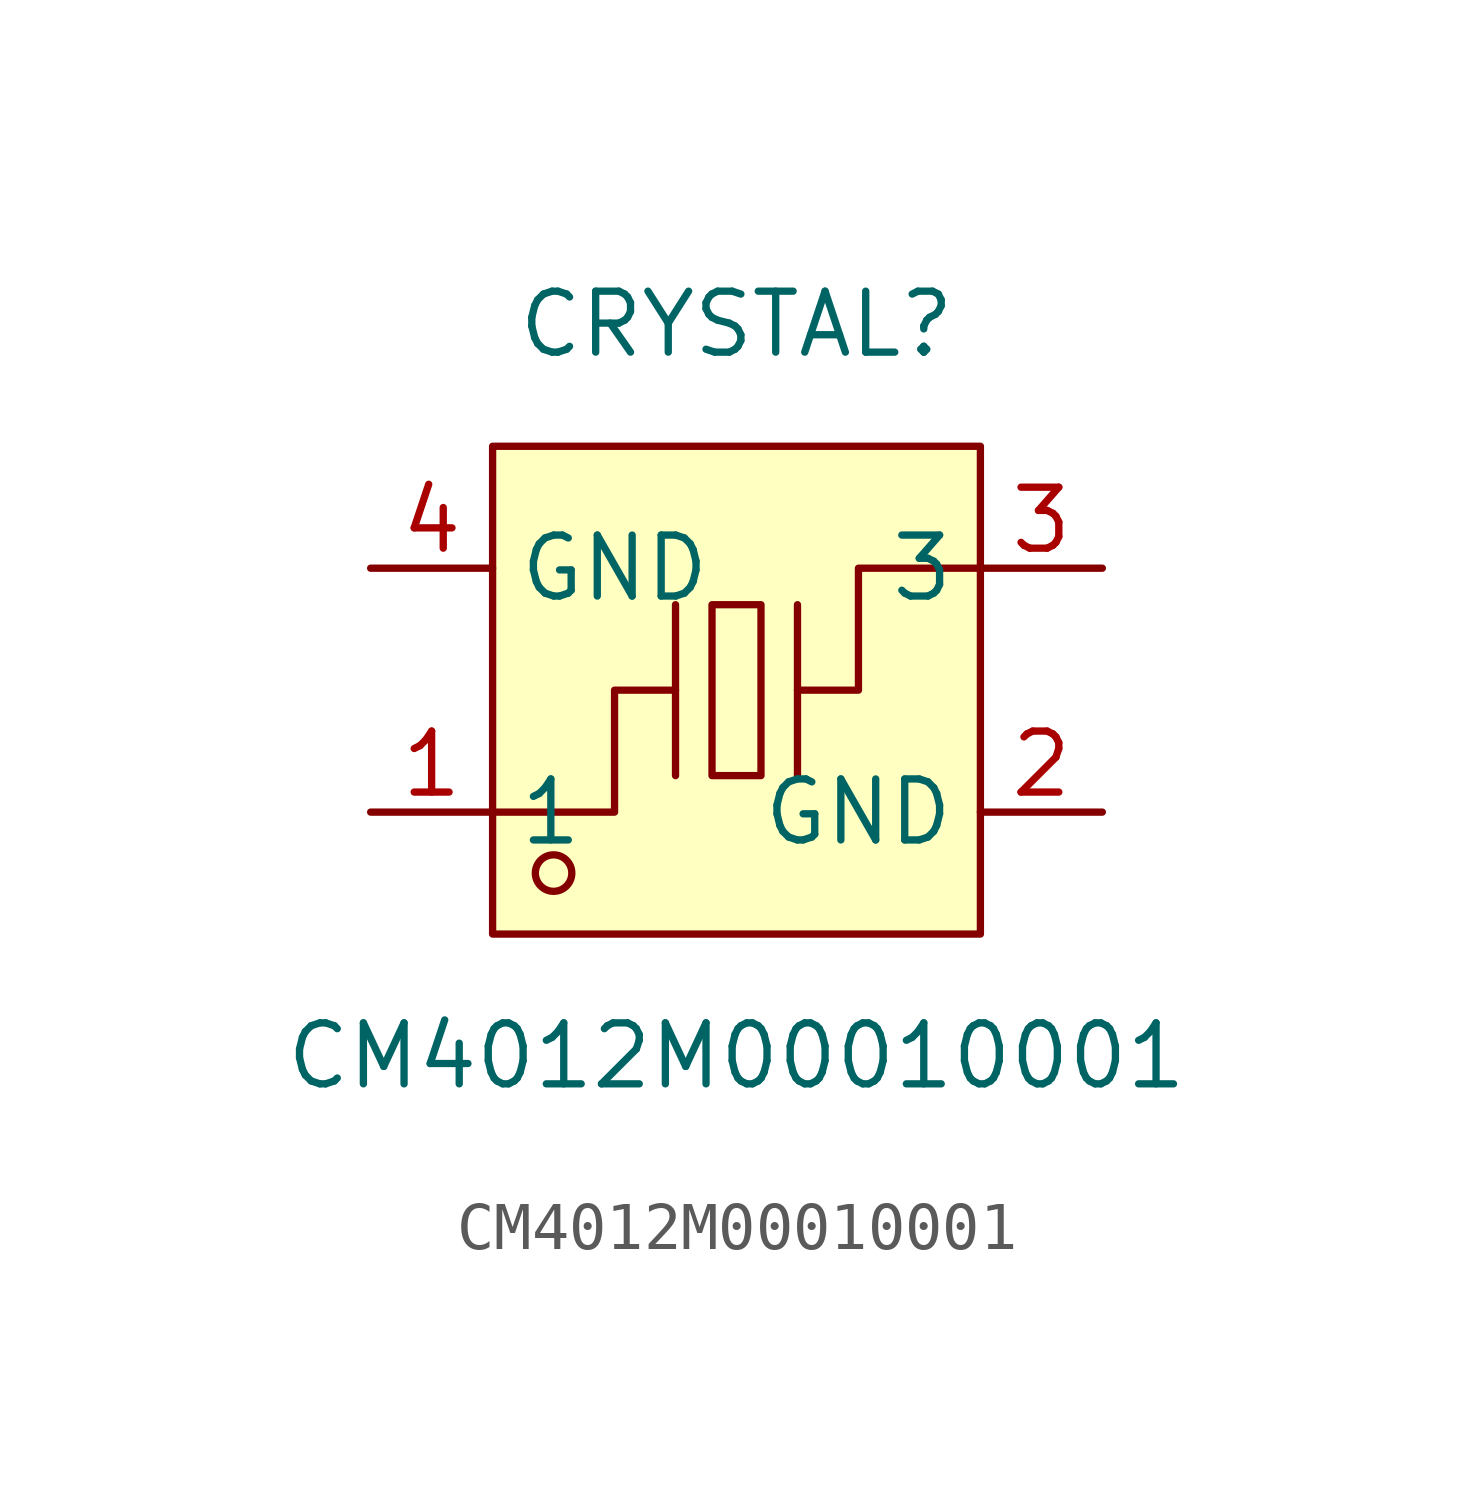
<source format=kicad_sym>
(kicad_symbol_lib
  (version 20211014)
  (generator https://github.com/uPesy/easyeda2kicad.py)
  (symbol "CM4012M00010001"
    (property "Reference" "CRYSTAL"
      (at 0 7.62 0)
      (effects (font (size 1.27 1.27))))
    (property "Value" "CM4012M00010001"
      (at 0 -7.62 0)
      (effects (font (size 1.27 1.27))))
    (symbol "CM4012M00010001_0_1"
      (rectangle (start -5.08 5.08) (end 5.08 -5.08) (stroke (width 0) (type default) (color 0 0 0 0)) (fill (type background)))
      (rectangle (start -0.51 1.78) (end 0.51 -1.78) (stroke (width 0) (type default) (color 0 0 0 0)) (fill (type background)))
      (circle (center -3.81 -3.81) (radius 0.38) (stroke (width 0) (type default) (color 0 0 0 0)) (fill (type none)))
      (polyline (pts (xy -1.27 -1.78) (xy -1.27 1.78)) (stroke (width 0) (type default) (color 0 0 0 0)) (fill (type none)))
      (polyline (pts (xy 1.27 -1.78) (xy 1.27 1.78)) (stroke (width 0) (type default) (color 0 0 0 0)) (fill (type none)))
      (polyline (pts (xy -5.08 -2.54) (xy -2.54 -2.54) (xy -2.54 -0.00) (xy -1.27 -0.00)) (stroke (width 0) (type default) (color 0 0 0 0)) (fill (type none)))
      (polyline (pts (xy 5.08 2.54) (xy 2.54 2.54) (xy 2.54 -0.00) (xy 1.27 -0.00)) (stroke (width 0) (type default) (color 0 0 0 0)) (fill (type none)))
      (pin input line (at -7.62 -2.54 0) (length 2.54) (name "1" (effects (font (size 1.27 1.27)))) (number "1" (effects (font (size 1.27 1.27)))))
      (pin input line (at 7.62 2.54 180) (length 2.54) (name "3" (effects (font (size 1.27 1.27)))) (number "3" (effects (font (size 1.27 1.27)))))
      (pin input line (at -7.62 2.54 0) (length 2.54) (name "GND" (effects (font (size 1.27 1.27)))) (number "4" (effects (font (size 1.27 1.27)))))
      (pin input line (at 7.62 -2.54 180) (length 2.54) (name "GND" (effects (font (size 1.27 1.27)))) (number "2" (effects (font (size 1.27 1.27))))))))
</source>
